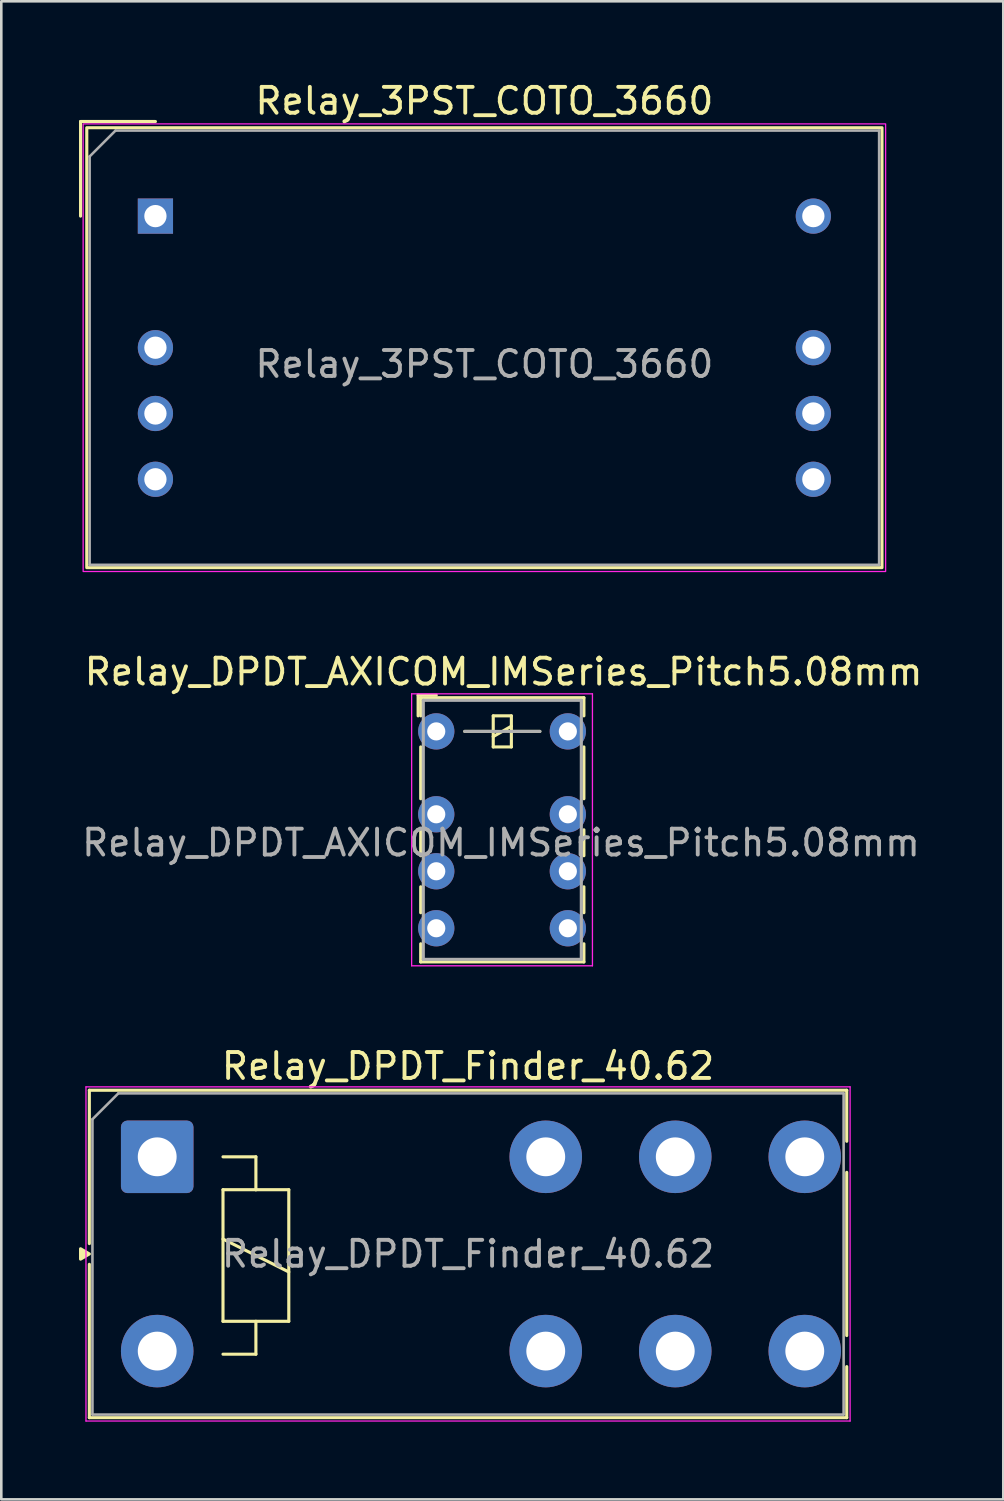
<source format=kicad_pcb>
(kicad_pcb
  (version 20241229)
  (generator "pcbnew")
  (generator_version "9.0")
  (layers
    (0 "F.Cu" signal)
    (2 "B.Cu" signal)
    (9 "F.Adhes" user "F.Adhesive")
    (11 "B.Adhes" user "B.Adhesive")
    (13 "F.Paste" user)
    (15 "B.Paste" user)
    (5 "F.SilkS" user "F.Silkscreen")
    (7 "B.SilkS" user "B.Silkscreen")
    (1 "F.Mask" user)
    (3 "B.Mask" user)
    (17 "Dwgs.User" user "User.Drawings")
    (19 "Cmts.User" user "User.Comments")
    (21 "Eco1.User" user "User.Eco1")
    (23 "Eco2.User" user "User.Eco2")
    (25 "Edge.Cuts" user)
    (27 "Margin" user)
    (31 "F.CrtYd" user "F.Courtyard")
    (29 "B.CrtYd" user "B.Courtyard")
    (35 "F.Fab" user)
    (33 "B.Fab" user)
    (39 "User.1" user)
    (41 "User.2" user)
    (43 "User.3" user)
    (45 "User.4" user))
  (footprint "Relay_3PST_COTO_3660"
    (layer "F.Cu")
    (at 2.95 5.293)
    (property "Reference" "Relay_3PST_COTO_3660" (at 12.7 -4.445 0) (unlocked yes) (layer "F.SilkS") (effects (font (size 1 1) (thickness 0.15))))
    (attr through_hole)
    (fp_line (start -2.89 -3.652) (end 0 -3.652) (stroke (width 0.12) (type default)) (layer "F.SilkS"))
    (fp_line (start -2.89 0) (end -2.89 -3.652) (stroke (width 0.12) (type default)) (layer "F.SilkS"))
    (fp_rect (start -2.65 13.572) (end 28.05 -3.412) (stroke (width 0.12) (type default)) (fill no) (layer "F.SilkS"))
    (fp_rect (start -2.79 -3.56) (end 28.19 13.72) (stroke (width 0.05) (type default)) (fill no) (layer "F.CrtYd"))
    (fp_line (start -2.54 -2.302) (end -2.54 13.462) (stroke (width 0.1) (type default)) (layer "F.Fab"))
    (fp_line (start -2.54 13.462) (end 27.94 13.462) (stroke (width 0.1) (type default)) (layer "F.Fab"))
    (fp_line (start -1.54 -3.302) (end -2.54 -2.302) (stroke (width 0.1) (type default)) (layer "F.Fab"))
    (fp_line (start 27.94 -3.302) (end -1.54 -3.302) (stroke (width 0.1) (type default)) (layer "F.Fab"))
    (fp_line (start 27.94 13.462) (end 27.94 -3.302) (stroke (width 0.1) (type default)) (layer "F.Fab"))
    (fp_text user "${REFERENCE}" (at 12.7 5.715 0) (unlocked yes) (layer "F.Fab") (effects (font (size 1 1) (thickness 0.15))))
    (pad "13" thru_hole circle (at 0 5.08 90) (size 1.36 1.36) (drill 0.86) (layers "*.Cu" "*.Mask"))
    (pad "14" thru_hole circle (at 25.4 5.08 90) (size 1.36 1.36) (drill 0.86) (layers "*.Cu" "*.Mask"))
    (pad "23" thru_hole circle (at 0 7.62 90) (size 1.36 1.36) (drill 0.86) (layers "*.Cu" "*.Mask"))
    (pad "24" thru_hole circle (at 25.4 7.62 90) (size 1.36 1.36) (drill 0.86) (layers "*.Cu" "*.Mask"))
    (pad "33" thru_hole circle (at 0 10.16 90) (size 1.36 1.36) (drill 0.86) (layers "*.Cu" "*.Mask"))
    (pad "34" thru_hole circle (at 25.4 10.16 90) (size 1.36 1.36) (drill 0.86) (layers "*.Cu" "*.Mask"))
    (pad "A1" thru_hole rect (at 0 0 90) (size 1.36 1.36) (drill 0.86) (layers "*.Cu" "*.Mask"))
    (pad "A2" thru_hole circle (at 25.4 0 90) (size 1.36 1.36) (drill 0.86) (layers "*.Cu" "*.Mask")))
  (footprint "Relay_DPDT_Finder_40.62"
    (layer "F.Cu")
    (at 3.019 41.61)
    (property "Reference" "Relay_DPDT_Finder_40.62" (at 12 -3.5 0) (layer "F.SilkS") (effects (font (size 1 1) (thickness 0.15))))
    (attr through_hole)
    (fp_line (start -2.62 -2.57) (end 26.62 -2.57) (stroke (width 0.12) (type solid)) (layer "F.SilkS"))
    (fp_line (start -2.62 3.35) (end -2.62 -2.57) (stroke (width 0.12) (type solid)) (layer "F.SilkS"))
    (fp_line (start -2.62 4.15) (end -2.62 10.07) (stroke (width 0.12) (type solid)) (layer "F.SilkS"))
    (fp_line (start 2.54 0) (end 3.81 0) (stroke (width 0.12) (type solid)) (layer "F.SilkS"))
    (fp_line (start 2.54 1.27) (end 3.81 1.27) (stroke (width 0.12) (type solid)) (layer "F.SilkS"))
    (fp_line (start 2.54 3.175) (end 5.08 4.445) (stroke (width 0.12) (type solid)) (layer "F.SilkS"))
    (fp_line (start 2.54 6.35) (end 2.54 1.27) (stroke (width 0.12) (type solid)) (layer "F.SilkS"))
    (fp_line (start 3.81 0) (end 3.81 1.27) (stroke (width 0.12) (type solid)) (layer "F.SilkS"))
    (fp_line (start 3.81 1.27) (end 5.08 1.27) (stroke (width 0.12) (type solid)) (layer "F.SilkS"))
    (fp_line (start 3.81 6.35) (end 3.81 7.62) (stroke (width 0.12) (type solid)) (layer "F.SilkS"))
    (fp_line (start 3.81 7.62) (end 2.54 7.62) (stroke (width 0.12) (type solid)) (layer "F.SilkS"))
    (fp_line (start 5.08 1.27) (end 5.08 6.35) (stroke (width 0.12) (type solid)) (layer "F.SilkS"))
    (fp_line (start 5.08 6.35) (end 2.54 6.35) (stroke (width 0.12) (type solid)) (layer "F.SilkS"))
    (fp_line (start 26.62 -0.6) (end 26.62 -2.57) (stroke (width 0.12) (type solid)) (layer "F.SilkS"))
    (fp_line (start 26.62 0.6) (end 26.62 6.9) (stroke (width 0.12) (type solid)) (layer "F.SilkS"))
    (fp_line (start 26.62 10.07) (end -2.62 10.07) (stroke (width 0.12) (type solid)) (layer "F.SilkS"))
    (fp_line (start 26.62 10.07) (end 26.62 8.1) (stroke (width 0.12) (type solid)) (layer "F.SilkS"))
    (fp_poly (pts (xy -2.62 3.75) (xy -2.959 3.95) (xy -2.959 3.55) (xy -2.62 3.75)) (stroke (width 0.12) (type solid)) (fill yes) (layer "F.SilkS"))
    (fp_line (start -2.75 -2.7) (end -2.75 10.2) (stroke (width 0.05) (type solid)) (layer "F.CrtYd"))
    (fp_line (start -2.75 -2.7) (end 26.75 -2.7) (stroke (width 0.05) (type solid)) (layer "F.CrtYd"))
    (fp_line (start 26.75 10.2) (end -2.75 10.2) (stroke (width 0.05) (type solid)) (layer "F.CrtYd"))
    (fp_line (start 26.75 10.2) (end 26.75 -2.7) (stroke (width 0.05) (type solid)) (layer "F.CrtYd"))
    (fp_line (start -2.5 -1.45) (end -1.5 -2.45) (stroke (width 0.1) (type default)) (layer "F.Fab"))
    (fp_line (start -2.5 9.95) (end -2.5 -1.45) (stroke (width 0.1) (type solid)) (layer "F.Fab"))
    (fp_line (start -2.5 9.95) (end 26.5 9.95) (stroke (width 0.1) (type solid)) (layer "F.Fab"))
    (fp_line (start 26.5 -2.45) (end -1.5 -2.45) (stroke (width 0.1) (type solid)) (layer "F.Fab"))
    (fp_line (start 26.5 9.95) (end 26.5 -2.45) (stroke (width 0.1) (type solid)) (layer "F.Fab"))
    (fp_text user "${REFERENCE}" (at 12 3.75 0) (layer "F.Fab") (effects (font (size 1 1) (thickness 0.15))))
    (pad "11" thru_hole circle (at 20 0) (size 2.8 2.8) (drill 1.5) (layers "*.Cu" "*.Mask"))
    (pad "12" thru_hole circle (at 15 0) (size 2.8 2.8) (drill 1.5) (layers "*.Cu" "*.Mask"))
    (pad "14" thru_hole circle (at 25 0) (size 2.8 2.8) (drill 1.5) (layers "*.Cu" "*.Mask"))
    (pad "21" thru_hole circle (at 20 7.5) (size 2.8 2.8) (drill 1.5) (layers "*.Cu" "*.Mask"))
    (pad "22" thru_hole circle (at 15 7.5) (size 2.8 2.8) (drill 1.5) (layers "*.Cu" "*.Mask"))
    (pad "24" thru_hole circle (at 25 7.5) (size 2.8 2.8) (drill 1.5) (layers "*.Cu" "*.Mask"))
    (pad "A1" thru_hole roundrect (at 0 0) (size 2.8 2.8) (drill 1.5) (layers "*.Cu" "*.Mask") (roundrect_rratio 0.089))
    (pad "A2" thru_hole circle (at 0 7.5) (size 2.8 2.8) (drill 1.5) (layers "*.Cu" "*.Mask")))
  (footprint "Relay_DPDT_AXICOM_IMSeries_Pitch5.08mm"
    (layer "F.Cu")
    (at 13.792 25.186)
    (property "Reference" "Relay_DPDT_AXICOM_IMSeries_Pitch5.08mm" (at 2.6 -2.3 0) (layer "F.SilkS") (effects (font (size 1 1) (thickness 0.15))))
    (attr through_hole)
    (fp_line (start -0.7 -1.4) (end 0 -1.4) (stroke (width 0.12) (type solid)) (layer "F.SilkS"))
    (fp_line (start -0.7 -0.6) (end -0.7 -1.4) (stroke (width 0.12) (type solid)) (layer "F.SilkS"))
    (fp_line (start -0.6 -1.3) (end 5.7 -1.3) (stroke (width 0.12) (type solid)) (layer "F.SilkS"))
    (fp_line (start -0.6 -0.6) (end -0.6 -1.3) (stroke (width 0.12) (type solid)) (layer "F.SilkS"))
    (fp_line (start -0.6 2.6) (end -0.6 0.6) (stroke (width 0.12) (type solid)) (layer "F.SilkS"))
    (fp_line (start -0.6 4.8) (end -0.6 3.8) (stroke (width 0.12) (type solid)) (layer "F.SilkS"))
    (fp_line (start -0.6 7) (end -0.6 6) (stroke (width 0.12) (type solid)) (layer "F.SilkS"))
    (fp_line (start -0.6 8.2) (end -0.6 8.9) (stroke (width 0.12) (type solid)) (layer "F.SilkS"))
    (fp_line (start 2.2 -0.6) (end 2.2 0.6) (stroke (width 0.12) (type solid)) (layer "F.SilkS"))
    (fp_line (start 2.2 0) (end 1.1 0) (stroke (width 0.12) (type solid)) (layer "F.SilkS"))
    (fp_line (start 2.2 0.2) (end 2.9 -0.2) (stroke (width 0.12) (type solid)) (layer "F.SilkS"))
    (fp_line (start 2.2 0.6) (end 2.9 0.6) (stroke (width 0.12) (type solid)) (layer "F.SilkS"))
    (fp_line (start 2.9 -0.6) (end 2.2 -0.6) (stroke (width 0.12) (type solid)) (layer "F.SilkS"))
    (fp_line (start 2.9 0) (end 4 0) (stroke (width 0.12) (type solid)) (layer "F.SilkS"))
    (fp_line (start 2.9 0.6) (end 2.9 -0.6) (stroke (width 0.12) (type solid)) (layer "F.SilkS"))
    (fp_line (start 5.7 -1.3) (end 5.7 -0.6) (stroke (width 0.12) (type solid)) (layer "F.SilkS"))
    (fp_line (start 5.7 0.6) (end 5.7 2.6) (stroke (width 0.12) (type solid)) (layer "F.SilkS"))
    (fp_line (start 5.7 3.8) (end 5.7 4.8) (stroke (width 0.12) (type solid)) (layer "F.SilkS"))
    (fp_line (start 5.7 6) (end 5.7 7) (stroke (width 0.12) (type solid)) (layer "F.SilkS"))
    (fp_line (start 5.7 8.2) (end 5.7 8.9) (stroke (width 0.12) (type solid)) (layer "F.SilkS"))
    (fp_line (start 5.7 8.9) (end -0.6 8.9) (stroke (width 0.12) (type solid)) (layer "F.SilkS"))
    (fp_line (start -0.95 -1.45) (end -0.95 9.05) (stroke (width 0.05) (type solid)) (layer "F.CrtYd"))
    (fp_line (start -0.95 -1.45) (end 6.03 -1.45) (stroke (width 0.05) (type solid)) (layer "F.CrtYd"))
    (fp_line (start 6.03 9.05) (end -0.95 9.05) (stroke (width 0.05) (type solid)) (layer "F.CrtYd"))
    (fp_line (start 6.03 9.05) (end 6.03 -1.45) (stroke (width 0.05) (type solid)) (layer "F.CrtYd"))
    (fp_line (start -0.5 -1.2) (end -0.5 8.8) (stroke (width 0.12) (type solid)) (layer "F.Fab"))
    (fp_line (start -0.5 8.8) (end 5.6 8.8) (stroke (width 0.12) (type solid)) (layer "F.Fab"))
    (fp_line (start 1.1 0) (end 4 0) (stroke (width 0.12) (type solid)) (layer "F.Fab"))
    (fp_line (start 5.6 -1.2) (end -0.5 -1.2) (stroke (width 0.12) (type solid)) (layer "F.Fab"))
    (fp_line (start 5.6 8.8) (end 5.6 -1.2) (stroke (width 0.12) (type solid)) (layer "F.Fab"))
    (fp_text user "${REFERENCE}" (at 2.5 4.3 0) (layer "F.Fab") (effects (font (size 1 1) (thickness 0.15))))
    (pad "1" thru_hole circle (at 0 0) (size 1.4 1.4) (drill 0.7) (layers "*.Cu" "*.Mask"))
    (pad "2" thru_hole circle (at 0 3.2) (size 1.4 1.4) (drill 0.7) (layers "*.Cu" "*.Mask"))
    (pad "3" thru_hole circle (at 0 5.4) (size 1.4 1.4) (drill 0.7) (layers "*.Cu" "*.Mask"))
    (pad "4" thru_hole circle (at 0 7.6) (size 1.4 1.4) (drill 0.7) (layers "*.Cu" "*.Mask"))
    (pad "5" thru_hole circle (at 5.08 7.6) (size 1.4 1.4) (drill 0.7) (layers "*.Cu" "*.Mask"))
    (pad "6" thru_hole circle (at 5.08 5.4) (size 1.4 1.4) (drill 0.7) (layers "*.Cu" "*.Mask"))
    (pad "7" thru_hole circle (at 5.08 3.2) (size 1.4 1.4) (drill 0.7) (layers "*.Cu" "*.Mask"))
    (pad "8" thru_hole circle (at 5.08 0) (size 1.4 1.4) (drill 0.7) (layers "*.Cu" "*.Mask")))
  (gr_rect
    (start -3 -3)
    (end 35.683 54.835)
    (stroke (width 0.1) (type default))
    (fill no)
    (layer "Edge.Cuts")))
</source>
